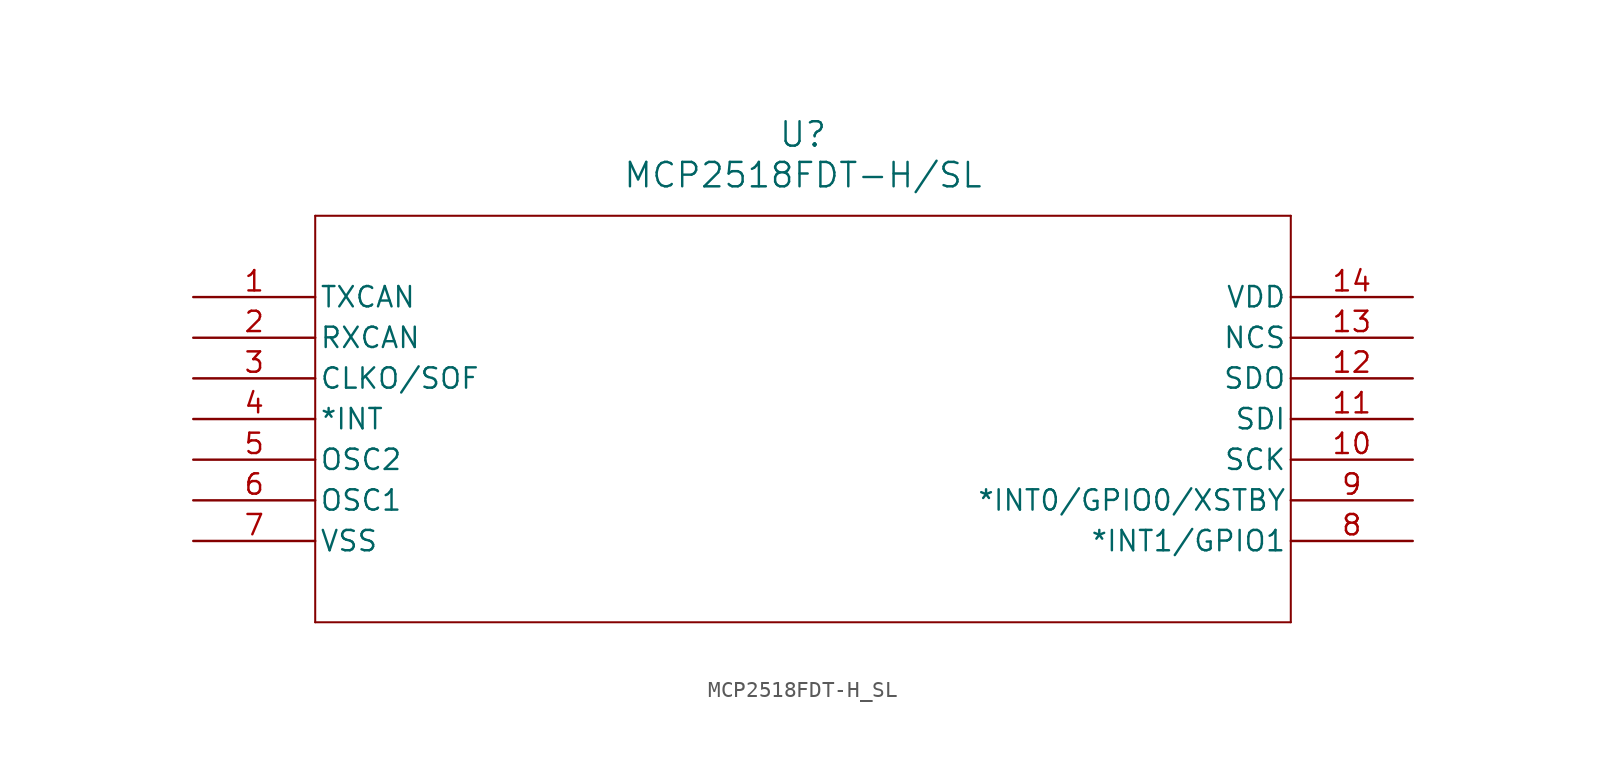
<source format=kicad_sym>
(kicad_symbol_lib
  (version 20211014)
  (generator kicad_symbol_editor)
  (symbol "MCP2518FDT-H_SL"
    (pin_names
      (offset 0.254))
    (property "Reference" "U"
      (at 38.1 10.16 0)
      (effects (font (size 1.524 1.524))))
    (property "Value" "MCP2518FDT-H/SL"
      (at 38.1 7.62 0)
      (effects (font (size 1.524 1.524))))
    (symbol "MCP2518FDT-H_SL_0_1"
      (polyline (pts (xy 7.62 5.08) (xy 7.62 -20.32)) (stroke (width 0.127) (type default) (color 0 0 0 0)) (fill (type none)))
      (polyline (pts (xy 7.62 -20.32) (xy 68.58 -20.32)) (stroke (width 0.127) (type default) (color 0 0 0 0)) (fill (type none)))
      (polyline (pts (xy 68.58 -20.32) (xy 68.58 5.08)) (stroke (width 0.127) (type default) (color 0 0 0 0)) (fill (type none)))
      (polyline (pts (xy 68.58 5.08) (xy 7.62 5.08)) (stroke (width 0.127) (type default) (color 0 0 0 0)) (fill (type none)))
      (pin output line (at 0 0 0) (length 7.62) (name "TXCAN" (effects (font (size 1.27 1.27)))) (number "1" (effects (font (size 1.27 1.27)))))
      (pin input line (at 0 -2.54 0) (length 7.62) (name "RXCAN" (effects (font (size 1.27 1.27)))) (number "2" (effects (font (size 1.27 1.27)))))
      (pin output line (at 0 -5.08 0) (length 7.62) (name "CLKO/SOF" (effects (font (size 1.27 1.27)))) (number "3" (effects (font (size 1.27 1.27)))))
      (pin output line (at 0 -7.62 0) (length 7.62) (name "*INT" (effects (font (size 1.27 1.27)))) (number "4" (effects (font (size 1.27 1.27)))))
      (pin output line (at 0 -10.16 0) (length 7.62) (name "OSC2" (effects (font (size 1.27 1.27)))) (number "5" (effects (font (size 1.27 1.27)))))
      (pin input line (at 0 -12.7 0) (length 7.62) (name "OSC1" (effects (font (size 1.27 1.27)))) (number "6" (effects (font (size 1.27 1.27)))))
      (pin power_out line (at 0 -15.24 0) (length 7.62) (name "VSS" (effects (font (size 1.27 1.27)))) (number "7" (effects (font (size 1.27 1.27)))))
      (pin bidirectional line (at 76.2 -15.24 180) (length 7.62) (name "*INT1/GPIO1" (effects (font (size 1.27 1.27)))) (number "8" (effects (font (size 1.27 1.27)))))
      (pin bidirectional line (at 76.2 -12.7 180) (length 7.62) (name "*INT0/GPIO0/XSTBY" (effects (font (size 1.27 1.27)))) (number "9" (effects (font (size 1.27 1.27)))))
      (pin input line (at 76.2 -10.16 180) (length 7.62) (name "SCK" (effects (font (size 1.27 1.27)))) (number "10" (effects (font (size 1.27 1.27)))))
      (pin input line (at 76.2 -7.62 180) (length 7.62) (name "SDI" (effects (font (size 1.27 1.27)))) (number "11" (effects (font (size 1.27 1.27)))))
      (pin output line (at 76.2 -5.08 180) (length 7.62) (name "SDO" (effects (font (size 1.27 1.27)))) (number "12" (effects (font (size 1.27 1.27)))))
      (pin input line (at 76.2 -2.54 180) (length 7.62) (name "NCS" (effects (font (size 1.27 1.27)))) (number "13" (effects (font (size 1.27 1.27)))))
      (pin power_in line (at 76.2 0 180) (length 7.62) (name "VDD" (effects (font (size 1.27 1.27)))) (number "14" (effects (font (size 1.27 1.27))))))))
</source>
